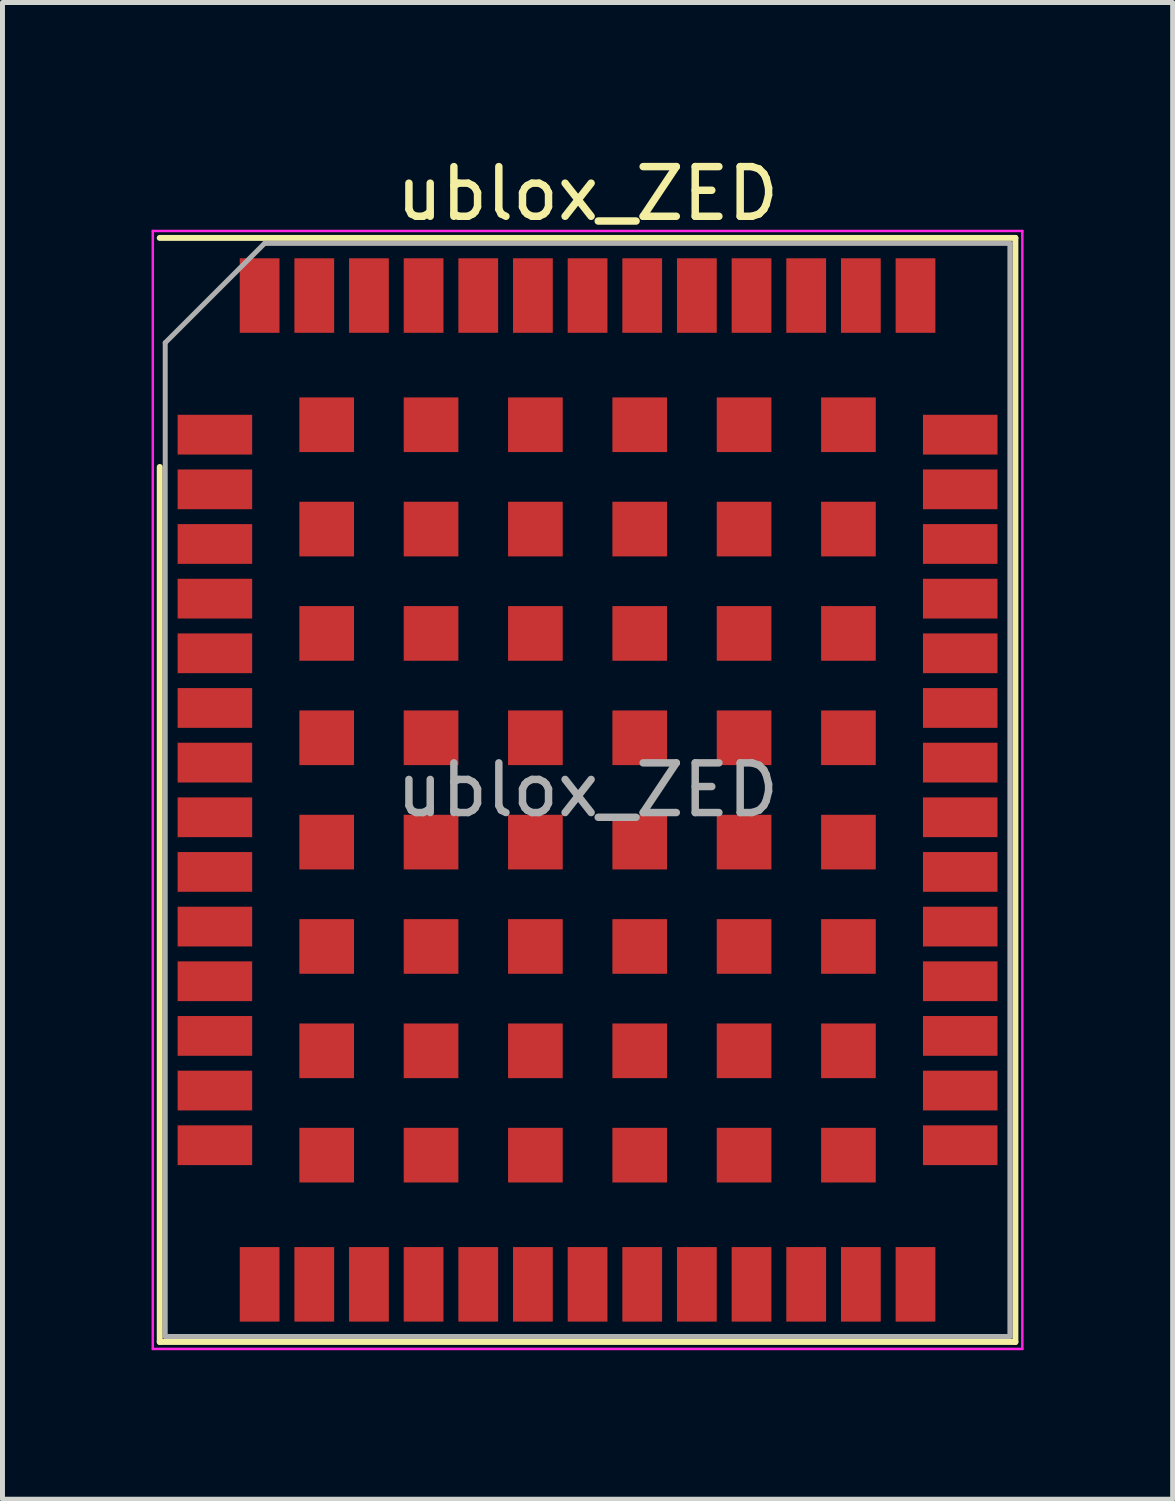
<source format=kicad_pcb>
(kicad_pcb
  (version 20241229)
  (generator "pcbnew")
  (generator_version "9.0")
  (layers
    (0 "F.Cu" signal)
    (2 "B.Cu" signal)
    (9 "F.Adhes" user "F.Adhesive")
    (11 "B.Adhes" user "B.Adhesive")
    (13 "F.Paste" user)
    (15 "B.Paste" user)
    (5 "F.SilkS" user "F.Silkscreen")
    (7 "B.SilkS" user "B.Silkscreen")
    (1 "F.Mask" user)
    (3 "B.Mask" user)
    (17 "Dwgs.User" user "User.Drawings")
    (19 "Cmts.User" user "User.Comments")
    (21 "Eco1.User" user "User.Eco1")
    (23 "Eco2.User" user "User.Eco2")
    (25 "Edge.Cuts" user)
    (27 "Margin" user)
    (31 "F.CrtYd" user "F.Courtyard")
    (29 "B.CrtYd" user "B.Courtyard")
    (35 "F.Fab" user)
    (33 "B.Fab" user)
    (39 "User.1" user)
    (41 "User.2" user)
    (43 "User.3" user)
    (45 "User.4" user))
  (footprint "ublox_ZED"
    (layer "F.Cu")
    (at 8.775 12.848)
    (property "Reference" "ublox_ZED" (at 0 -12 0) (layer "F.SilkS") (effects (font (size 1 1) (thickness 0.15))))
    (attr smd)
    (fp_line (start -8.61 -11.11) (end 8.61 -11.11) (stroke (width 0.12) (type solid)) (layer "F.SilkS"))
    (fp_line (start -8.61 -6.5) (end -8.61 11.11) (stroke (width 0.12) (type solid)) (layer "F.SilkS"))
    (fp_line (start -8.61 11.11) (end 8.61 11.11) (stroke (width 0.12) (type solid)) (layer "F.SilkS"))
    (fp_line (start 8.61 -11.11) (end 8.61 11.11) (stroke (width 0.12) (type solid)) (layer "F.SilkS"))
    (fp_line (start -8.75 -11.25) (end -8.75 11.25) (stroke (width 0.05) (type solid)) (layer "F.CrtYd"))
    (fp_line (start -8.75 -11.25) (end 8.75 -11.25) (stroke (width 0.05) (type solid)) (layer "F.CrtYd"))
    (fp_line (start -8.75 11.25) (end 8.75 11.25) (stroke (width 0.05) (type solid)) (layer "F.CrtYd"))
    (fp_line (start 8.75 -11.25) (end 8.75 11.25) (stroke (width 0.05) (type solid)) (layer "F.CrtYd"))
    (fp_line (start -8.5 -9) (end -8.5 11) (stroke (width 0.1) (type solid)) (layer "F.Fab"))
    (fp_line (start -8.5 -9) (end -6.5 -11) (stroke (width 0.1) (type solid)) (layer "F.Fab"))
    (fp_line (start -8.5 11) (end 8.5 11) (stroke (width 0.1) (type solid)) (layer "F.Fab"))
    (fp_line (start -6.5 -11) (end 8.5 -11) (stroke (width 0.1) (type solid)) (layer "F.Fab"))
    (fp_line (start 8.5 -11) (end 8.5 11) (stroke (width 0.1) (type solid)) (layer "F.Fab"))
    (fp_text user "${REFERENCE}" (at 0 0 0) (layer "F.Fab") (effects (font (size 1 1) (thickness 0.15))))
    (pad "1" smd rect (at -7.5 -7.15) (size 1.5 0.8) (layers "F.Cu" "F.Mask" "F.Paste"))
    (pad "2" smd rect (at -7.5 -6.05) (size 1.5 0.8) (layers "F.Cu" "F.Mask" "F.Paste"))
    (pad "3" smd rect (at -7.5 -4.95) (size 1.5 0.8) (layers "F.Cu" "F.Mask" "F.Paste"))
    (pad "4" smd rect (at -7.5 -3.85) (size 1.5 0.8) (layers "F.Cu" "F.Mask" "F.Paste"))
    (pad "5" smd rect (at -7.5 -2.75) (size 1.5 0.8) (layers "F.Cu" "F.Mask" "F.Paste"))
    (pad "6" smd rect (at -7.5 -1.65) (size 1.5 0.8) (layers "F.Cu" "F.Mask" "F.Paste"))
    (pad "7" smd rect (at -7.5 -0.55) (size 1.5 0.8) (layers "F.Cu" "F.Mask" "F.Paste"))
    (pad "8" smd rect (at -7.5 0.55) (size 1.5 0.8) (layers "F.Cu" "F.Mask" "F.Paste"))
    (pad "9" smd rect (at -7.5 1.65) (size 1.5 0.8) (layers "F.Cu" "F.Mask" "F.Paste"))
    (pad "10" smd rect (at -7.5 2.75) (size 1.5 0.8) (layers "F.Cu" "F.Mask" "F.Paste"))
    (pad "11" smd rect (at -7.5 3.85) (size 1.5 0.8) (layers "F.Cu" "F.Mask" "F.Paste"))
    (pad "12" smd rect (at -7.5 4.95) (size 1.5 0.8) (layers "F.Cu" "F.Mask" "F.Paste"))
    (pad "13" smd rect (at -7.5 6.05) (size 1.5 0.8) (layers "F.Cu" "F.Mask" "F.Paste"))
    (pad "14" smd rect (at -7.5 7.15) (size 1.5 0.8) (layers "F.Cu" "F.Mask" "F.Paste"))
    (pad "15" smd rect (at -6.6 9.95 90) (size 1.5 0.8) (layers "F.Cu" "F.Mask" "F.Paste"))
    (pad "16" smd rect (at -5.5 9.95 90) (size 1.5 0.8) (layers "F.Cu" "F.Mask" "F.Paste"))
    (pad "17" smd rect (at -4.4 9.95 90) (size 1.5 0.8) (layers "F.Cu" "F.Mask" "F.Paste"))
    (pad "18" smd rect (at -3.3 9.95 270) (size 1.5 0.8) (layers "F.Cu" "F.Mask" "F.Paste"))
    (pad "19" smd rect (at -2.2 9.95 90) (size 1.5 0.8) (layers "F.Cu" "F.Mask" "F.Paste"))
    (pad "20" smd rect (at -1.1 9.95 90) (size 1.5 0.8) (layers "F.Cu" "F.Mask" "F.Paste"))
    (pad "21" smd rect (at 0 9.95 90) (size 1.5 0.8) (layers "F.Cu" "F.Mask" "F.Paste"))
    (pad "22" smd rect (at 1.1 9.95 90) (size 1.5 0.8) (layers "F.Cu" "F.Mask" "F.Paste"))
    (pad "23" smd rect (at 2.2 9.95 90) (size 1.5 0.8) (layers "F.Cu" "F.Mask" "F.Paste"))
    (pad "24" smd rect (at 3.3 9.95 90) (size 1.5 0.8) (layers "F.Cu" "F.Mask" "F.Paste"))
    (pad "25" smd rect (at 4.4 9.95 90) (size 1.5 0.8) (layers "F.Cu" "F.Mask" "F.Paste"))
    (pad "26" smd rect (at 5.5 9.95 90) (size 1.5 0.8) (layers "F.Cu" "F.Mask" "F.Paste"))
    (pad "27" smd rect (at 6.6 9.95 90) (size 1.5 0.8) (layers "F.Cu" "F.Mask" "F.Paste"))
    (pad "28" smd rect (at 7.5 7.15) (size 1.5 0.8) (layers "F.Cu" "F.Mask" "F.Paste"))
    (pad "29" smd rect (at 7.5 6.05) (size 1.5 0.8) (layers "F.Cu" "F.Mask" "F.Paste"))
    (pad "30" smd rect (at 7.5 4.95) (size 1.5 0.8) (layers "F.Cu" "F.Mask" "F.Paste"))
    (pad "31" smd rect (at 7.5 3.85) (size 1.5 0.8) (layers "F.Cu" "F.Mask" "F.Paste"))
    (pad "32" smd rect (at 7.5 2.75) (size 1.5 0.8) (layers "F.Cu" "F.Mask" "F.Paste"))
    (pad "33" smd rect (at 7.5 1.65) (size 1.5 0.8) (layers "F.Cu" "F.Mask" "F.Paste"))
    (pad "34" smd rect (at 7.5 0.55) (size 1.5 0.8) (layers "F.Cu" "F.Mask" "F.Paste"))
    (pad "35" smd rect (at 7.5 -0.55) (size 1.5 0.8) (layers "F.Cu" "F.Mask" "F.Paste"))
    (pad "36" smd rect (at 7.5 -1.65) (size 1.5 0.8) (layers "F.Cu" "F.Mask" "F.Paste"))
    (pad "37" smd rect (at 7.5 -2.75) (size 1.5 0.8) (layers "F.Cu" "F.Mask" "F.Paste"))
    (pad "38" smd rect (at 7.5 -3.85) (size 1.5 0.8) (layers "F.Cu" "F.Mask" "F.Paste"))
    (pad "39" smd rect (at 7.5 -4.95) (size 1.5 0.8) (layers "F.Cu" "F.Mask" "F.Paste"))
    (pad "40" smd rect (at 7.5 -6.05) (size 1.5 0.8) (layers "F.Cu" "F.Mask" "F.Paste"))
    (pad "41" smd rect (at 7.5 -7.15) (size 1.5 0.8) (layers "F.Cu" "F.Mask" "F.Paste"))
    (pad "42" smd rect (at 6.6 -9.95 90) (size 1.5 0.8) (layers "F.Cu" "F.Mask" "F.Paste"))
    (pad "43" smd rect (at 5.5 -9.95 90) (size 1.5 0.8) (layers "F.Cu" "F.Mask" "F.Paste"))
    (pad "44" smd rect (at 4.4 -9.95 90) (size 1.5 0.8) (layers "F.Cu" "F.Mask" "F.Paste"))
    (pad "45" smd rect (at 3.3 -9.95 90) (size 1.5 0.8) (layers "F.Cu" "F.Mask" "F.Paste"))
    (pad "46" smd rect (at 2.2 -9.95 90) (size 1.5 0.8) (layers "F.Cu" "F.Mask" "F.Paste"))
    (pad "47" smd rect (at 1.1 -9.95 90) (size 1.5 0.8) (layers "F.Cu" "F.Mask" "F.Paste"))
    (pad "48" smd rect (at 0 -9.95 90) (size 1.5 0.8) (layers "F.Cu" "F.Mask" "F.Paste"))
    (pad "49" smd rect (at -1.1 -9.95 90) (size 1.5 0.8) (layers "F.Cu" "F.Mask" "F.Paste"))
    (pad "50" smd rect (at -2.2 -9.95 90) (size 1.5 0.8) (layers "F.Cu" "F.Mask" "F.Paste"))
    (pad "51" smd rect (at -3.3 -9.95 90) (size 1.5 0.8) (layers "F.Cu" "F.Mask" "F.Paste"))
    (pad "52" smd rect (at -4.4 -9.95 90) (size 1.5 0.8) (layers "F.Cu" "F.Mask" "F.Paste"))
    (pad "53" smd rect (at -5.5 -9.95 90) (size 1.5 0.8) (layers "F.Cu" "F.Mask" "F.Paste"))
    (pad "54" smd rect (at -6.6 -9.95 90) (size 1.5 0.8) (layers "F.Cu" "F.Mask" "F.Paste"))
    (pad "55" smd rect (at -5.25 -7.35) (size 1.1 1.1) (layers "F.Cu" "F.Mask" "F.Paste"))
    (pad "55" smd rect (at -5.25 -5.25) (size 1.1 1.1) (layers "F.Cu" "F.Mask" "F.Paste"))
    (pad "55" smd rect (at -5.25 -3.15) (size 1.1 1.1) (layers "F.Cu" "F.Mask" "F.Paste"))
    (pad "55" smd rect (at -5.25 -1.05) (size 1.1 1.1) (layers "F.Cu" "F.Mask" "F.Paste"))
    (pad "55" smd rect (at -5.25 1.05) (size 1.1 1.1) (layers "F.Cu" "F.Mask" "F.Paste"))
    (pad "55" smd rect (at -5.25 3.15) (size 1.1 1.1) (layers "F.Cu" "F.Mask" "F.Paste"))
    (pad "55" smd rect (at -5.25 5.25) (size 1.1 1.1) (layers "F.Cu" "F.Mask" "F.Paste"))
    (pad "55" smd rect (at -5.25 7.35) (size 1.1 1.1) (layers "F.Cu" "F.Mask" "F.Paste"))
    (pad "55" smd rect (at -3.15 -7.35) (size 1.1 1.1) (layers "F.Cu" "F.Mask" "F.Paste"))
    (pad "55" smd rect (at -3.15 -5.25) (size 1.1 1.1) (layers "F.Cu" "F.Mask" "F.Paste"))
    (pad "55" smd rect (at -3.15 -3.15) (size 1.1 1.1) (layers "F.Cu" "F.Mask" "F.Paste"))
    (pad "55" smd rect (at -3.15 -1.05) (size 1.1 1.1) (layers "F.Cu" "F.Mask" "F.Paste"))
    (pad "55" smd rect (at -3.15 1.05) (size 1.1 1.1) (layers "F.Cu" "F.Mask" "F.Paste"))
    (pad "55" smd rect (at -3.15 3.15) (size 1.1 1.1) (layers "F.Cu" "F.Mask" "F.Paste"))
    (pad "55" smd rect (at -3.15 5.25) (size 1.1 1.1) (layers "F.Cu" "F.Mask" "F.Paste"))
    (pad "55" smd rect (at -3.15 7.35) (size 1.1 1.1) (layers "F.Cu" "F.Mask" "F.Paste"))
    (pad "55" smd rect (at -1.05 -7.35) (size 1.1 1.1) (layers "F.Cu" "F.Mask" "F.Paste"))
    (pad "55" smd rect (at -1.05 -5.25) (size 1.1 1.1) (layers "F.Cu" "F.Mask" "F.Paste"))
    (pad "55" smd rect (at -1.05 -3.15) (size 1.1 1.1) (layers "F.Cu" "F.Mask" "F.Paste"))
    (pad "55" smd rect (at -1.05 -1.05) (size 1.1 1.1) (layers "F.Cu" "F.Mask" "F.Paste"))
    (pad "55" smd rect (at -1.05 1.05) (size 1.1 1.1) (layers "F.Cu" "F.Mask" "F.Paste"))
    (pad "55" smd rect (at -1.05 3.15) (size 1.1 1.1) (layers "F.Cu" "F.Mask" "F.Paste"))
    (pad "55" smd rect (at -1.05 5.25) (size 1.1 1.1) (layers "F.Cu" "F.Mask" "F.Paste"))
    (pad "55" smd rect (at -1.05 7.35) (size 1.1 1.1) (layers "F.Cu" "F.Mask" "F.Paste"))
    (pad "55" smd rect (at 1.05 -7.35) (size 1.1 1.1) (layers "F.Cu" "F.Mask" "F.Paste"))
    (pad "55" smd rect (at 1.05 -5.25) (size 1.1 1.1) (layers "F.Cu" "F.Mask" "F.Paste"))
    (pad "55" smd rect (at 1.05 -3.15) (size 1.1 1.1) (layers "F.Cu" "F.Mask" "F.Paste"))
    (pad "55" smd rect (at 1.05 -1.05) (size 1.1 1.1) (layers "F.Cu" "F.Mask" "F.Paste"))
    (pad "55" smd rect (at 1.05 1.05) (size 1.1 1.1) (layers "F.Cu" "F.Mask" "F.Paste"))
    (pad "55" smd rect (at 1.05 3.15) (size 1.1 1.1) (layers "F.Cu" "F.Mask" "F.Paste"))
    (pad "55" smd rect (at 1.05 5.25) (size 1.1 1.1) (layers "F.Cu" "F.Mask" "F.Paste"))
    (pad "55" smd rect (at 1.05 7.35) (size 1.1 1.1) (layers "F.Cu" "F.Mask" "F.Paste"))
    (pad "55" smd rect (at 3.15 -7.35) (size 1.1 1.1) (layers "F.Cu" "F.Mask" "F.Paste"))
    (pad "55" smd rect (at 3.15 -5.25) (size 1.1 1.1) (layers "F.Cu" "F.Mask" "F.Paste"))
    (pad "55" smd rect (at 3.15 -3.15) (size 1.1 1.1) (layers "F.Cu" "F.Mask" "F.Paste"))
    (pad "55" smd rect (at 3.15 -1.05) (size 1.1 1.1) (layers "F.Cu" "F.Mask" "F.Paste"))
    (pad "55" smd rect (at 3.15 1.05) (size 1.1 1.1) (layers "F.Cu" "F.Mask" "F.Paste"))
    (pad "55" smd rect (at 3.15 3.15) (size 1.1 1.1) (layers "F.Cu" "F.Mask" "F.Paste"))
    (pad "55" smd rect (at 3.15 5.25) (size 1.1 1.1) (layers "F.Cu" "F.Mask" "F.Paste"))
    (pad "55" smd rect (at 3.15 7.35) (size 1.1 1.1) (layers "F.Cu" "F.Mask" "F.Paste"))
    (pad "55" smd rect (at 5.25 -7.35) (size 1.1 1.1) (layers "F.Cu" "F.Mask" "F.Paste"))
    (pad "55" smd rect (at 5.25 -5.25) (size 1.1 1.1) (layers "F.Cu" "F.Mask" "F.Paste"))
    (pad "55" smd rect (at 5.25 -3.15) (size 1.1 1.1) (layers "F.Cu" "F.Mask" "F.Paste"))
    (pad "55" smd rect (at 5.25 -1.05) (size 1.1 1.1) (layers "F.Cu" "F.Mask" "F.Paste"))
    (pad "55" smd rect (at 5.25 1.05) (size 1.1 1.1) (layers "F.Cu" "F.Mask" "F.Paste"))
    (pad "55" smd rect (at 5.25 3.15) (size 1.1 1.1) (layers "F.Cu" "F.Mask" "F.Paste"))
    (pad "55" smd rect (at 5.25 5.25) (size 1.1 1.1) (layers "F.Cu" "F.Mask" "F.Paste"))
    (pad "55" smd rect (at 5.25 7.35) (size 1.1 1.1) (layers "F.Cu" "F.Mask" "F.Paste")))
  (gr_rect
    (start -3 -3)
    (end 20.55 27.123)
    (stroke (width 0.1) (type default))
    (fill no)
    (layer "Edge.Cuts")))
</source>
